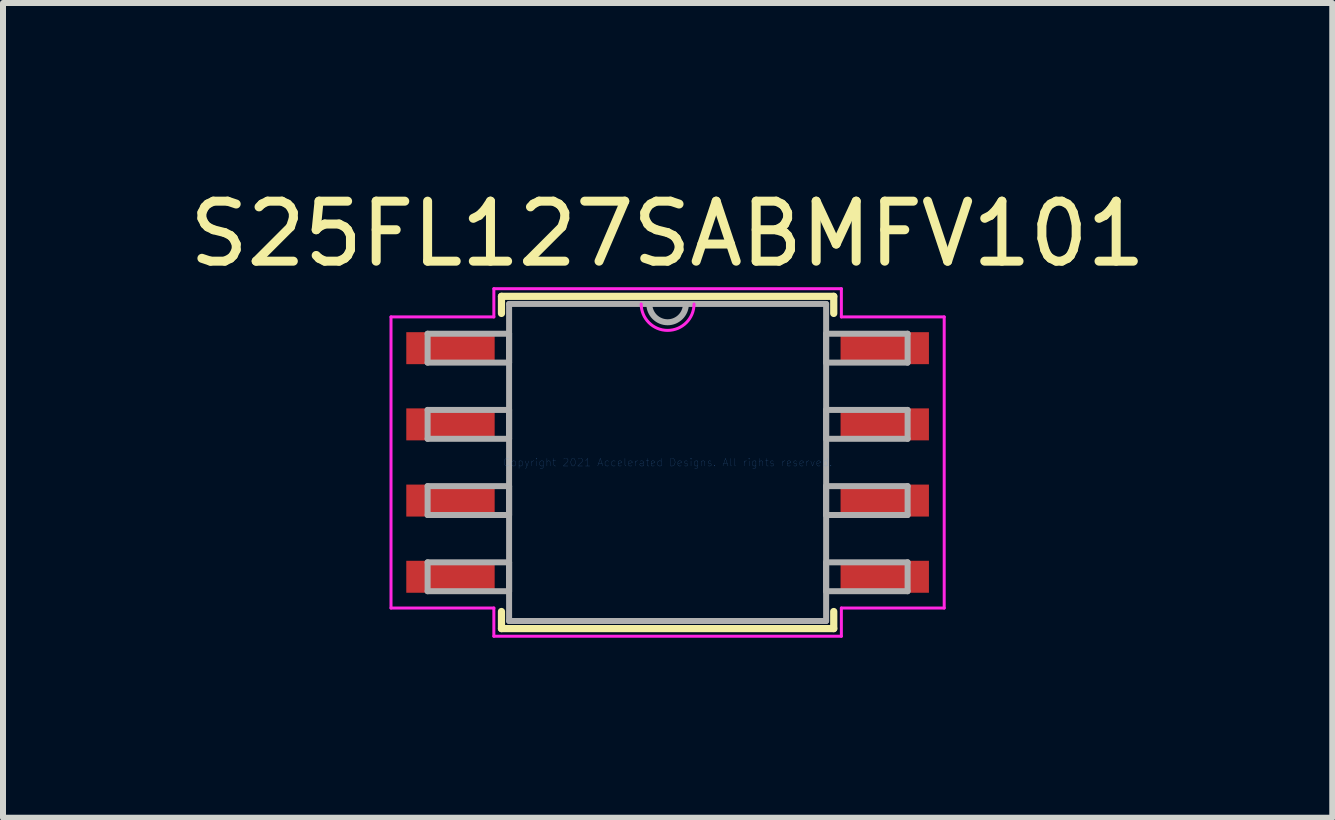
<source format=kicad_pcb>
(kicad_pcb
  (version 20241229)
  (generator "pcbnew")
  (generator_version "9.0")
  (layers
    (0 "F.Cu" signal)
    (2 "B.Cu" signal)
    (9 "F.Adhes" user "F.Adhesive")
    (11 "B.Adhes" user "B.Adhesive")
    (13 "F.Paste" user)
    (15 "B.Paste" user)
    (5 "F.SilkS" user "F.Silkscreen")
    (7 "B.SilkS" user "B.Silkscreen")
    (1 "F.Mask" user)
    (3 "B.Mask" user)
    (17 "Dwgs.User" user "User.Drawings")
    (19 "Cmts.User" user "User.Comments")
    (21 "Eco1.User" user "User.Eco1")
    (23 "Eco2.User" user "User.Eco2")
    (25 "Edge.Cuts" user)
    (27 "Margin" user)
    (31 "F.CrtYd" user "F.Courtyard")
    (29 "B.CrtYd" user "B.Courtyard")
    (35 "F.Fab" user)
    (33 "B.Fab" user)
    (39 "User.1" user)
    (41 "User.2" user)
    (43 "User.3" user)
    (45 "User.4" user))
  (footprint "S25FL127SABMFV101"
    (layer "F.Cu")
    (at 8.077 4.658)
    (property "Reference" "S25FL127SABMFV101" (at 0 -3.81 0) (layer "F.SilkS") (effects (font (size 1 1) (thickness 0.15))))
    (attr through_hole)
    (fp_line (start -2.769 -2.769) (end -2.769 -2.484) (stroke (width 0.12) (type solid)) (layer "F.SilkS"))
    (fp_line (start -2.769 2.484) (end -2.769 2.769) (stroke (width 0.12) (type solid)) (layer "F.SilkS"))
    (fp_line (start -2.769 2.769) (end 2.769 2.769) (stroke (width 0.12) (type solid)) (layer "F.SilkS"))
    (fp_line (start 2.769 -2.769) (end -2.769 -2.769) (stroke (width 0.12) (type solid)) (layer "F.SilkS"))
    (fp_line (start 2.769 -2.484) (end 2.769 -2.769) (stroke (width 0.12) (type solid)) (layer "F.SilkS"))
    (fp_line (start 2.769 2.769) (end 2.769 2.484) (stroke (width 0.12) (type solid)) (layer "F.SilkS"))
    (fp_line (start -4.61 -2.426) (end -2.896 -2.426) (stroke (width 0.05) (type solid)) (layer "F.CrtYd"))
    (fp_line (start -4.61 2.426) (end -4.61 -2.426) (stroke (width 0.05) (type solid)) (layer "F.CrtYd"))
    (fp_line (start -2.896 -2.896) (end 2.896 -2.896) (stroke (width 0.05) (type solid)) (layer "F.CrtYd"))
    (fp_line (start -2.896 -2.426) (end -2.896 -2.896) (stroke (width 0.05) (type solid)) (layer "F.CrtYd"))
    (fp_line (start -2.896 2.426) (end -4.61 2.426) (stroke (width 0.05) (type solid)) (layer "F.CrtYd"))
    (fp_line (start -2.896 2.896) (end -2.896 2.426) (stroke (width 0.05) (type solid)) (layer "F.CrtYd"))
    (fp_line (start 2.896 -2.896) (end 2.896 -2.426) (stroke (width 0.05) (type solid)) (layer "F.CrtYd"))
    (fp_line (start 2.896 -2.426) (end 4.61 -2.426) (stroke (width 0.05) (type solid)) (layer "F.CrtYd"))
    (fp_line (start 2.896 2.426) (end 2.896 2.896) (stroke (width 0.05) (type solid)) (layer "F.CrtYd"))
    (fp_line (start 2.896 2.896) (end -2.896 2.896) (stroke (width 0.05) (type solid)) (layer "F.CrtYd"))
    (fp_line (start 4.61 -2.426) (end 4.61 2.426) (stroke (width 0.05) (type solid)) (layer "F.CrtYd"))
    (fp_line (start 4.61 2.426) (end 2.896 2.426) (stroke (width 0.05) (type solid)) (layer "F.CrtYd"))
    (fp_arc (start 0.440267 -2.6416) (mid 0 -2.201333) (end -0.440267 -2.6416) (stroke (width 0.05) (type solid)) (layer "F.CrtYd"))
    (fp_line (start -4 -2.146) (end -4 -1.664) (stroke (width 0.1) (type solid)) (layer "F.Fab"))
    (fp_line (start -4 -1.664) (end -2.642 -1.664) (stroke (width 0.1) (type solid)) (layer "F.Fab"))
    (fp_line (start -4 -0.876) (end -4 -0.394) (stroke (width 0.1) (type solid)) (layer "F.Fab"))
    (fp_line (start -4 -0.394) (end -2.642 -0.394) (stroke (width 0.1) (type solid)) (layer "F.Fab"))
    (fp_line (start -4 0.394) (end -4 0.876) (stroke (width 0.1) (type solid)) (layer "F.Fab"))
    (fp_line (start -4 0.876) (end -2.642 0.876) (stroke (width 0.1) (type solid)) (layer "F.Fab"))
    (fp_line (start -4 1.664) (end -4 2.146) (stroke (width 0.1) (type solid)) (layer "F.Fab"))
    (fp_line (start -4 2.146) (end -2.642 2.146) (stroke (width 0.1) (type solid)) (layer "F.Fab"))
    (fp_line (start -2.642 -2.642) (end -2.642 2.642) (stroke (width 0.1) (type solid)) (layer "F.Fab"))
    (fp_line (start -2.642 -2.146) (end -4 -2.146) (stroke (width 0.1) (type solid)) (layer "F.Fab"))
    (fp_line (start -2.642 -1.664) (end -2.642 -2.146) (stroke (width 0.1) (type solid)) (layer "F.Fab"))
    (fp_line (start -2.642 -0.876) (end -4 -0.876) (stroke (width 0.1) (type solid)) (layer "F.Fab"))
    (fp_line (start -2.642 -0.394) (end -2.642 -0.876) (stroke (width 0.1) (type solid)) (layer "F.Fab"))
    (fp_line (start -2.642 0.394) (end -4 0.394) (stroke (width 0.1) (type solid)) (layer "F.Fab"))
    (fp_line (start -2.642 0.876) (end -2.642 0.394) (stroke (width 0.1) (type solid)) (layer "F.Fab"))
    (fp_line (start -2.642 1.664) (end -4 1.664) (stroke (width 0.1) (type solid)) (layer "F.Fab"))
    (fp_line (start -2.642 2.146) (end -2.642 1.664) (stroke (width 0.1) (type solid)) (layer "F.Fab"))
    (fp_line (start -2.642 2.642) (end 2.642 2.642) (stroke (width 0.1) (type solid)) (layer "F.Fab"))
    (fp_line (start 2.642 -2.642) (end -2.642 -2.642) (stroke (width 0.1) (type solid)) (layer "F.Fab"))
    (fp_line (start 2.642 -2.146) (end 2.642 -1.664) (stroke (width 0.1) (type solid)) (layer "F.Fab"))
    (fp_line (start 2.642 -1.664) (end 4 -1.664) (stroke (width 0.1) (type solid)) (layer "F.Fab"))
    (fp_line (start 2.642 -0.876) (end 2.642 -0.394) (stroke (width 0.1) (type solid)) (layer "F.Fab"))
    (fp_line (start 2.642 -0.394) (end 4 -0.394) (stroke (width 0.1) (type solid)) (layer "F.Fab"))
    (fp_line (start 2.642 0.394) (end 2.642 0.876) (stroke (width 0.1) (type solid)) (layer "F.Fab"))
    (fp_line (start 2.642 0.876) (end 4 0.876) (stroke (width 0.1) (type solid)) (layer "F.Fab"))
    (fp_line (start 2.642 1.664) (end 2.642 2.146) (stroke (width 0.1) (type solid)) (layer "F.Fab"))
    (fp_line (start 2.642 2.146) (end 4 2.146) (stroke (width 0.1) (type solid)) (layer "F.Fab"))
    (fp_line (start 2.642 2.642) (end 2.642 -2.642) (stroke (width 0.1) (type solid)) (layer "F.Fab"))
    (fp_line (start 4 -2.146) (end 2.642 -2.146) (stroke (width 0.1) (type solid)) (layer "F.Fab"))
    (fp_line (start 4 -1.664) (end 4 -2.146) (stroke (width 0.1) (type solid)) (layer "F.Fab"))
    (fp_line (start 4 -0.876) (end 2.642 -0.876) (stroke (width 0.1) (type solid)) (layer "F.Fab"))
    (fp_line (start 4 -0.394) (end 4 -0.876) (stroke (width 0.1) (type solid)) (layer "F.Fab"))
    (fp_line (start 4 0.394) (end 2.642 0.394) (stroke (width 0.1) (type solid)) (layer "F.Fab"))
    (fp_line (start 4 0.876) (end 4 0.394) (stroke (width 0.1) (type solid)) (layer "F.Fab"))
    (fp_line (start 4 1.664) (end 2.642 1.664) (stroke (width 0.1) (type solid)) (layer "F.Fab"))
    (fp_line (start 4 2.146) (end 4 1.664) (stroke (width 0.1) (type solid)) (layer "F.Fab"))
    (fp_arc (start 0.3048 -2.6416) (mid 0 -2.3368) (end -0.3048 -2.6416) (stroke (width 0.1) (type solid)) (layer "F.Fab"))
    (fp_text user "Copyright 2021 Accelerated Designs. All rights reserved." (at 0 0 0) (layer "Cmts.User") (effects (font (size 0.127 0.127) (thickness 0.002))))
    (pad "1" smd rect (at -3.619 -1.905) (size 1.473 0.533) (layers "F.Cu" "F.Mask" "F.Paste"))
    (pad "2" smd rect (at -3.619 -0.635) (size 1.473 0.533) (layers "F.Cu" "F.Mask" "F.Paste"))
    (pad "3" smd rect (at -3.619 0.635) (size 1.473 0.533) (layers "F.Cu" "F.Mask" "F.Paste"))
    (pad "4" smd rect (at -3.619 1.905) (size 1.473 0.533) (layers "F.Cu" "F.Mask" "F.Paste"))
    (pad "5" smd rect (at 3.619 1.905) (size 1.473 0.533) (layers "F.Cu" "F.Mask" "F.Paste"))
    (pad "6" smd rect (at 3.619 0.635) (size 1.473 0.533) (layers "F.Cu" "F.Mask" "F.Paste"))
    (pad "7" smd rect (at 3.619 -0.635) (size 1.473 0.533) (layers "F.Cu" "F.Mask" "F.Paste"))
    (pad "8" smd rect (at 3.619 -1.905) (size 1.473 0.533) (layers "F.Cu" "F.Mask" "F.Paste")))
  (gr_rect
    (start -3 -3)
    (end 19.155 10.579)
    (stroke (width 0.1) (type default))
    (fill no)
    (layer "Edge.Cuts")))
</source>
